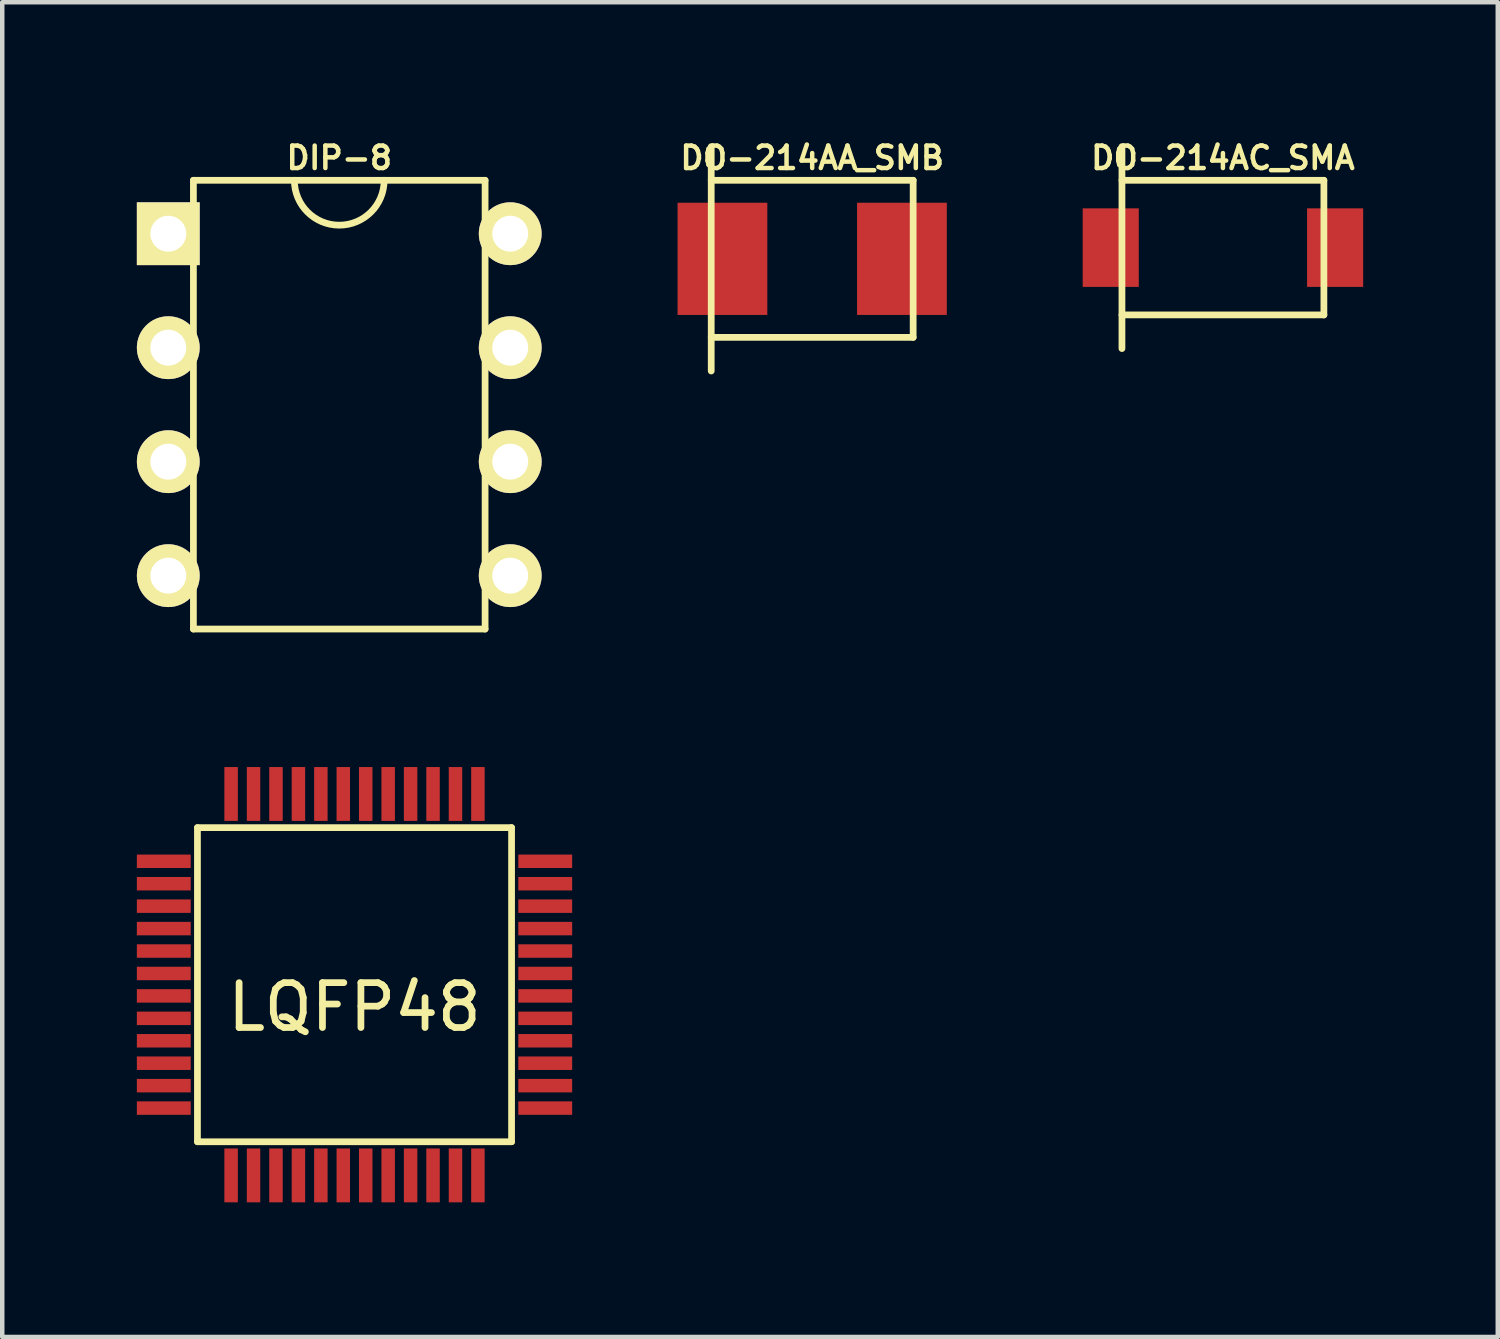
<source format=kicad_pcb>
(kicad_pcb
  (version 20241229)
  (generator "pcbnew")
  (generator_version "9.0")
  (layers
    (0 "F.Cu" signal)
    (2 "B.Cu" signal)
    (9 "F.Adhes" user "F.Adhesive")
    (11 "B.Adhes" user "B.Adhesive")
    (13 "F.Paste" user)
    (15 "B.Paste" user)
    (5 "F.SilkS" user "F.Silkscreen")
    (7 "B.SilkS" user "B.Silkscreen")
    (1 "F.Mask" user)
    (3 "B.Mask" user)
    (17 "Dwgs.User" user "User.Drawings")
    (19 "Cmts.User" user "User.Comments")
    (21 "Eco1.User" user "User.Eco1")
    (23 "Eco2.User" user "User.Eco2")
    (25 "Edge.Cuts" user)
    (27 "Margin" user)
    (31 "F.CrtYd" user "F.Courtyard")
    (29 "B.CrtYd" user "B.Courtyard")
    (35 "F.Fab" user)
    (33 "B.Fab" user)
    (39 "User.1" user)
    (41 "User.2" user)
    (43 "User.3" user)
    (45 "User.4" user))
  (footprint "LQFP48"
    (layer "F.Cu")
    (at 4.85 18.893)
    (property "Reference" "LQFP48" (at 0 0.5 0) (layer "F.SilkS") (effects (font (size 1 1) (thickness 0.15))))
    (attr through_hole)
    (fp_line (start -3.5 -3.5) (end -3.5 3.5) (stroke (width 0.15) (type solid)) (layer "F.SilkS"))
    (fp_line (start -3.5 -3.5) (end 3.5 -3.5) (stroke (width 0.15) (type solid)) (layer "F.SilkS"))
    (fp_line (start -3.5 3.5) (end 3.5 3.5) (stroke (width 0.15) (type solid)) (layer "F.SilkS"))
    (fp_line (start 3.5 -3.5) (end 3.5 3.5) (stroke (width 0.15) (type solid)) (layer "F.SilkS"))
    (pad "1" smd rect (at -2.75 4.25) (size 0.3 1.2) (layers "F.Cu" "F.Mask" "F.Paste"))
    (pad "2" smd rect (at -2.25 4.25) (size 0.3 1.2) (layers "F.Cu" "F.Mask" "F.Paste"))
    (pad "3" smd rect (at -1.75 4.25) (size 0.3 1.2) (layers "F.Cu" "F.Mask" "F.Paste"))
    (pad "4" smd rect (at -1.25 4.25) (size 0.3 1.2) (layers "F.Cu" "F.Mask" "F.Paste"))
    (pad "5" smd rect (at -0.75 4.25) (size 0.3 1.2) (layers "F.Cu" "F.Mask" "F.Paste"))
    (pad "6" smd rect (at -0.25 4.25) (size 0.3 1.2) (layers "F.Cu" "F.Mask" "F.Paste"))
    (pad "7" smd rect (at 0.25 4.25) (size 0.3 1.2) (layers "F.Cu" "F.Mask" "F.Paste"))
    (pad "8" smd rect (at 0.75 4.25) (size 0.3 1.2) (layers "F.Cu" "F.Mask" "F.Paste"))
    (pad "9" smd rect (at 1.25 4.25) (size 0.3 1.2) (layers "F.Cu" "F.Mask" "F.Paste"))
    (pad "10" smd rect (at 1.75 4.25) (size 0.3 1.2) (layers "F.Cu" "F.Mask" "F.Paste"))
    (pad "11" smd rect (at 2.25 4.25) (size 0.3 1.2) (layers "F.Cu" "F.Mask" "F.Paste"))
    (pad "12" smd rect (at 2.75 4.25) (size 0.3 1.2) (layers "F.Cu" "F.Mask" "F.Paste"))
    (pad "13" smd rect (at 4.25 2.75) (size 1.2 0.3) (layers "F.Cu" "F.Mask" "F.Paste"))
    (pad "14" smd rect (at 4.25 2.25) (size 1.2 0.3) (layers "F.Cu" "F.Mask" "F.Paste"))
    (pad "15" smd rect (at 4.25 1.75) (size 1.2 0.3) (layers "F.Cu" "F.Mask" "F.Paste"))
    (pad "16" smd rect (at 4.25 1.25) (size 1.2 0.3) (layers "F.Cu" "F.Mask" "F.Paste"))
    (pad "17" smd rect (at 4.25 0.75) (size 1.2 0.3) (layers "F.Cu" "F.Mask" "F.Paste"))
    (pad "18" smd rect (at 4.25 0.25) (size 1.2 0.3) (layers "F.Cu" "F.Mask" "F.Paste"))
    (pad "19" smd rect (at 4.25 -0.25) (size 1.2 0.3) (layers "F.Cu" "F.Mask" "F.Paste"))
    (pad "20" smd rect (at 4.25 -0.75) (size 1.2 0.3) (layers "F.Cu" "F.Mask" "F.Paste"))
    (pad "21" smd rect (at 4.25 -1.25) (size 1.2 0.3) (layers "F.Cu" "F.Mask" "F.Paste"))
    (pad "22" smd rect (at 4.25 -1.75) (size 1.2 0.3) (layers "F.Cu" "F.Mask" "F.Paste"))
    (pad "23" smd rect (at 4.25 -2.25) (size 1.2 0.3) (layers "F.Cu" "F.Mask" "F.Paste"))
    (pad "24" smd rect (at 4.25 -2.75) (size 1.2 0.3) (layers "F.Cu" "F.Mask" "F.Paste"))
    (pad "25" smd rect (at 2.75 -4.25) (size 0.3 1.2) (layers "F.Cu" "F.Mask" "F.Paste"))
    (pad "26" smd rect (at 2.25 -4.25) (size 0.3 1.2) (layers "F.Cu" "F.Mask" "F.Paste"))
    (pad "27" smd rect (at 1.75 -4.25) (size 0.3 1.2) (layers "F.Cu" "F.Mask" "F.Paste"))
    (pad "28" smd rect (at 1.25 -4.25) (size 0.3 1.2) (layers "F.Cu" "F.Mask" "F.Paste"))
    (pad "29" smd rect (at 0.75 -4.25) (size 0.3 1.2) (layers "F.Cu" "F.Mask" "F.Paste"))
    (pad "30" smd rect (at 0.25 -4.25) (size 0.3 1.2) (layers "F.Cu" "F.Mask" "F.Paste"))
    (pad "31" smd rect (at -0.25 -4.25) (size 0.3 1.2) (layers "F.Cu" "F.Mask" "F.Paste"))
    (pad "32" smd rect (at -0.75 -4.25) (size 0.3 1.2) (layers "F.Cu" "F.Mask" "F.Paste"))
    (pad "33" smd rect (at -1.25 -4.25) (size 0.3 1.2) (layers "F.Cu" "F.Mask" "F.Paste"))
    (pad "34" smd rect (at -1.75 -4.25) (size 0.3 1.2) (layers "F.Cu" "F.Mask" "F.Paste"))
    (pad "35" smd rect (at -2.25 -4.25) (size 0.3 1.2) (layers "F.Cu" "F.Mask" "F.Paste"))
    (pad "36" smd rect (at -2.75 -4.25) (size 0.3 1.2) (layers "F.Cu" "F.Mask" "F.Paste"))
    (pad "37" smd rect (at -4.25 -2.75) (size 1.2 0.3) (layers "F.Cu" "F.Mask" "F.Paste"))
    (pad "38" smd rect (at -4.25 -2.25) (size 1.2 0.3) (layers "F.Cu" "F.Mask" "F.Paste"))
    (pad "39" smd rect (at -4.25 -1.75) (size 1.2 0.3) (layers "F.Cu" "F.Mask" "F.Paste"))
    (pad "40" smd rect (at -4.25 -1.25) (size 1.2 0.3) (layers "F.Cu" "F.Mask" "F.Paste"))
    (pad "41" smd rect (at -4.25 -0.75) (size 1.2 0.3) (layers "F.Cu" "F.Mask" "F.Paste"))
    (pad "42" smd rect (at -4.25 -0.25) (size 1.2 0.3) (layers "F.Cu" "F.Mask" "F.Paste"))
    (pad "43" smd rect (at -4.25 0.25) (size 1.2 0.3) (layers "F.Cu" "F.Mask" "F.Paste"))
    (pad "44" smd rect (at -4.25 0.75) (size 1.2 0.3) (layers "F.Cu" "F.Mask" "F.Paste"))
    (pad "45" smd rect (at -4.25 1.25) (size 1.2 0.3) (layers "F.Cu" "F.Mask" "F.Paste"))
    (pad "46" smd rect (at -4.25 1.75) (size 1.2 0.3) (layers "F.Cu" "F.Mask" "F.Paste"))
    (pad "47" smd rect (at -4.25 2.25) (size 1.2 0.3) (layers "F.Cu" "F.Mask" "F.Paste"))
    (pad "48" smd rect (at -4.25 2.75) (size 1.2 0.3) (layers "F.Cu" "F.Mask" "F.Paste")))
  (footprint "DIP-8"
    (layer "F.Cu")
    (at 4.51 5.968)
    (property "Reference" "DIP-8" (at 0 -5.5 0) (layer "F.SilkS") (effects (font (size 0.5 0.5) (thickness 0.1))))
    (attr through_hole)
    (fp_line (start -3.25 -5) (end 3.25 -5) (stroke (width 0.15) (type solid)) (layer "F.SilkS"))
    (fp_line (start -3.25 5) (end -3.25 -5) (stroke (width 0.15) (type solid)) (layer "F.SilkS"))
    (fp_line (start 3.25 -5) (end 3.25 5) (stroke (width 0.15) (type solid)) (layer "F.SilkS"))
    (fp_line (start 3.25 5) (end -3.25 5) (stroke (width 0.15) (type solid)) (layer "F.SilkS"))
    (fp_arc (start 1 -5) (mid 0 -4) (end -1 -5) (stroke (width 0.15) (type solid)) (layer "F.SilkS"))
    (pad "1" thru_hole rect (at -3.81 -3.81) (size 1.4 1.4) (drill 0.8) (layers "*.Cu" "*.Mask" "F.SilkS"))
    (pad "2" thru_hole circle (at -3.81 -1.27) (size 1.4 1.4) (drill 0.8) (layers "*.Cu" "*.Mask" "F.SilkS"))
    (pad "3" thru_hole circle (at -3.81 1.27) (size 1.4 1.4) (drill 0.8) (layers "*.Cu" "*.Mask" "F.SilkS"))
    (pad "4" thru_hole circle (at -3.81 3.81) (size 1.4 1.4) (drill 0.8) (layers "*.Cu" "*.Mask" "F.SilkS"))
    (pad "5" thru_hole circle (at 3.81 3.81) (size 1.4 1.4) (drill 0.8) (layers "*.Cu" "*.Mask" "F.SilkS"))
    (pad "6" thru_hole circle (at 3.81 1.27) (size 1.4 1.4) (drill 0.8) (layers "*.Cu" "*.Mask" "F.SilkS"))
    (pad "7" thru_hole circle (at 3.81 -1.27) (size 1.4 1.4) (drill 0.8) (layers "*.Cu" "*.Mask" "F.SilkS"))
    (pad "8" thru_hole circle (at 3.81 -3.81) (size 1.4 1.4) (drill 0.8) (layers "*.Cu" "*.Mask" "F.SilkS")))
  (footprint "DO-214AC_SMA"
    (layer "F.Cu")
    (at 24.202 2.468)
    (property "Reference" "DO-214AC_SMA" (at 0 -2 0) (layer "F.SilkS") (effects (font (size 0.5 0.5) (thickness 0.1))))
    (attr through_hole)
    (fp_line (start -2.25 -2.25) (end -2.25 2.25) (stroke (width 0.15) (type solid)) (layer "F.SilkS"))
    (fp_line (start -2.25 -1.5) (end 2.25 -1.5) (stroke (width 0.15) (type solid)) (layer "F.SilkS"))
    (fp_line (start -2.25 1.5) (end 2.25 1.5) (stroke (width 0.15) (type solid)) (layer "F.SilkS"))
    (fp_line (start 2.25 -1.5) (end 2.25 1.5) (stroke (width 0.15) (type solid)) (layer "F.SilkS"))
    (pad "1" smd rect (at -2.5 0) (size 1.25 1.75) (layers "F.Cu" "F.Mask" "F.Paste"))
    (pad "2" smd rect (at 2.5 0) (size 1.25 1.75) (layers "F.Cu" "F.Mask" "F.Paste")))
  (footprint "DO-214AA_SMB"
    (layer "F.Cu")
    (at 15.049 2.718)
    (property "Reference" "DO-214AA_SMB" (at 0 -2.25 0) (layer "F.SilkS") (effects (font (size 0.5 0.5) (thickness 0.1))))
    (attr through_hole)
    (fp_line (start -2.25 -2.5) (end -2.25 2.5) (stroke (width 0.15) (type solid)) (layer "F.SilkS"))
    (fp_line (start -2.25 1.75) (end 2.25 1.75) (stroke (width 0.15) (type solid)) (layer "F.SilkS"))
    (fp_line (start 2.25 -1.75) (end -2.25 -1.75) (stroke (width 0.15) (type solid)) (layer "F.SilkS"))
    (fp_line (start 2.25 -1.75) (end 2.25 1.75) (stroke (width 0.15) (type solid)) (layer "F.SilkS"))
    (pad "1" smd rect (at -2 0) (size 2 2.5) (layers "F.Cu" "F.Mask" "F.Paste"))
    (pad "2" smd rect (at 2 0) (size 2 2.5) (layers "F.Cu" "F.Mask" "F.Paste")))
  (gr_rect
    (start -3 -3)
    (end 30.327 26.743)
    (stroke (width 0.1) (type default))
    (fill no)
    (layer "Edge.Cuts")))
</source>
